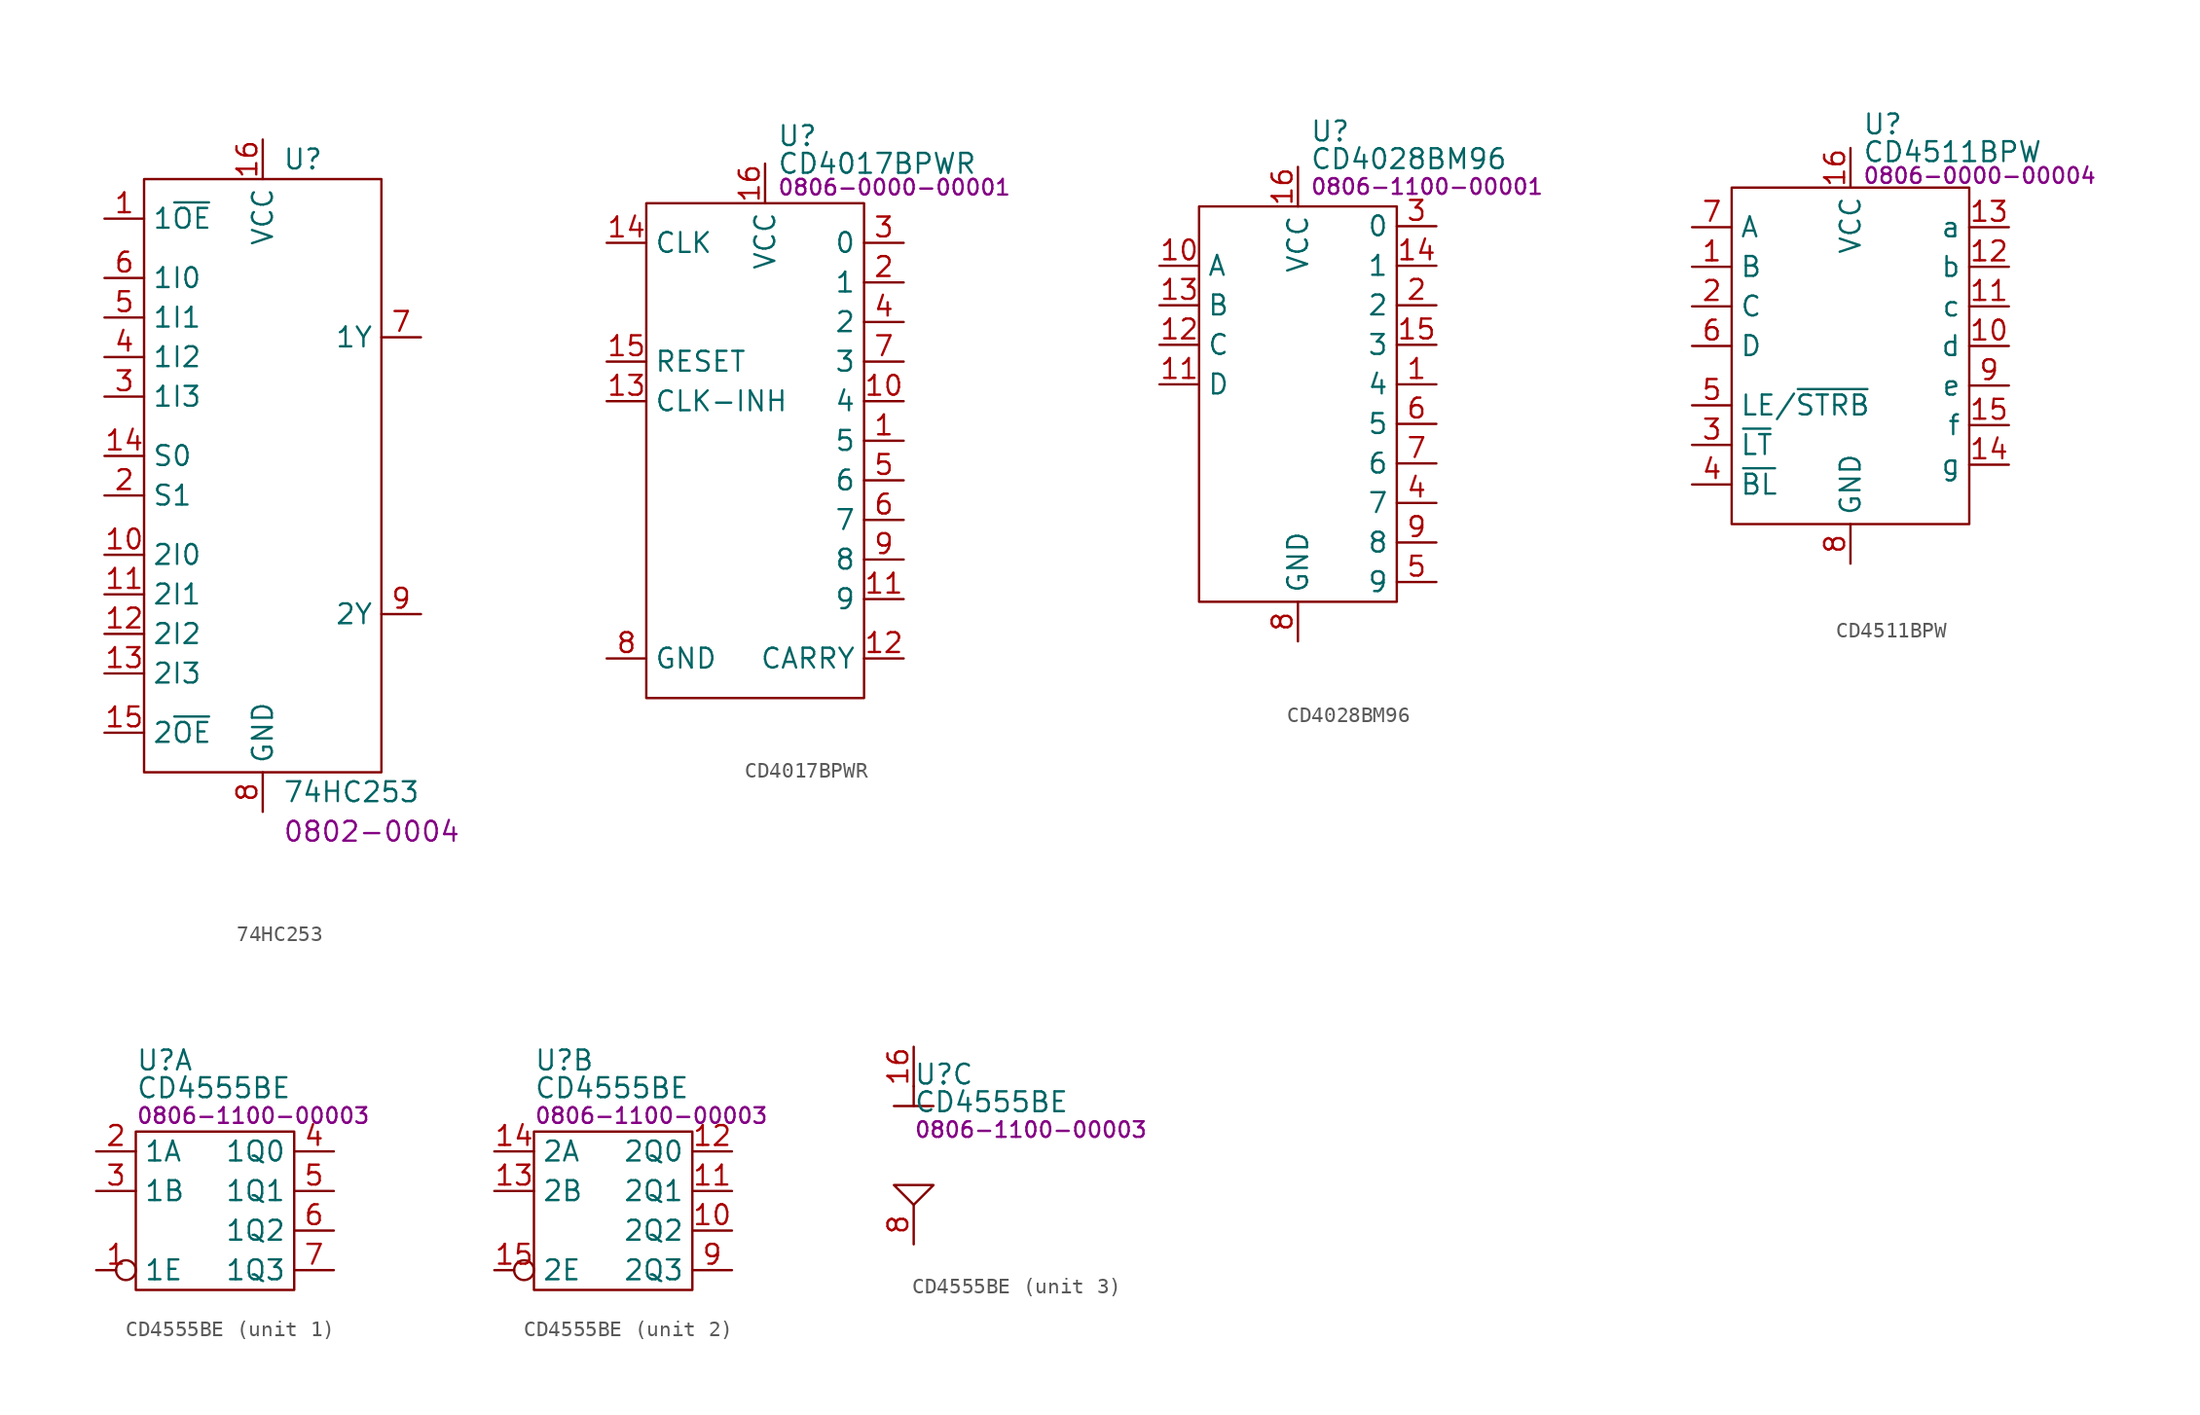
<source format=kicad_sym>
(kicad_symbol_lib
  (version 20231120)
  (generator "kicad_symbol_editor")
  (generator_version "8.0")
  (symbol "74HC253"
    (property "Reference" "U"
      (at 8.89 1.27 0)
      (effects (font (size 1.27 1.27)) (justify left)))
    (property "Value" "74HC253"
      (at 8.89 -39.37 0)
      (effects (font (size 1.27 1.27)) (justify left)))
    (property "PartNumber" "0802-0004"
      (at 8.89 -41.91 0)
      (effects (font (size 1.27 1.27)) (justify left)))
    (symbol "74HC253_0_0"
      (pin input line (at -2.54 -2.54 0) (length 2.54) (name "1~{OE}" (effects (font (size 1.27 1.27)))) (number "1" (effects (font (size 1.27 1.27)))))
      (pin input line (at -2.54 -24.13 0) (length 2.54) (name "2I0" (effects (font (size 1.27 1.27)))) (number "10" (effects (font (size 1.27 1.27)))))
      (pin input line (at -2.54 -26.67 0) (length 2.54) (name "2I1" (effects (font (size 1.27 1.27)))) (number "11" (effects (font (size 1.27 1.27)))))
      (pin input line (at -2.54 -29.21 0) (length 2.54) (name "2I2" (effects (font (size 1.27 1.27)))) (number "12" (effects (font (size 1.27 1.27)))))
      (pin input line (at -2.54 -31.75 0) (length 2.54) (name "2I3" (effects (font (size 1.27 1.27)))) (number "13" (effects (font (size 1.27 1.27)))))
      (pin input line (at -2.54 -17.78 0) (length 2.54) (name "S0" (effects (font (size 1.27 1.27)))) (number "14" (effects (font (size 1.27 1.27)))))
      (pin input line (at -2.54 -35.56 0) (length 2.54) (name "2~{OE}" (effects (font (size 1.27 1.27)))) (number "15" (effects (font (size 1.27 1.27)))))
      (pin power_in line (at 7.62 2.54 270) (length 2.54) (name "VCC" (effects (font (size 1.27 1.27)))) (number "16" (effects (font (size 1.27 1.27)))))
      (pin input line (at -2.54 -20.32 0) (length 2.54) (name "S1" (effects (font (size 1.27 1.27)))) (number "2" (effects (font (size 1.27 1.27)))))
      (pin input line (at -2.54 -13.97 0) (length 2.54) (name "1I3" (effects (font (size 1.27 1.27)))) (number "3" (effects (font (size 1.27 1.27)))))
      (pin input line (at -2.54 -11.43 0) (length 2.54) (name "1I2" (effects (font (size 1.27 1.27)))) (number "4" (effects (font (size 1.27 1.27)))))
      (pin input line (at -2.54 -8.89 0) (length 2.54) (name "1I1" (effects (font (size 1.27 1.27)))) (number "5" (effects (font (size 1.27 1.27)))))
      (pin input line (at -2.54 -6.35 0) (length 2.54) (name "1I0" (effects (font (size 1.27 1.27)))) (number "6" (effects (font (size 1.27 1.27)))))
      (pin output line (at 17.78 -10.16 180) (length 2.54) (name "1Y" (effects (font (size 1.27 1.27)))) (number "7" (effects (font (size 1.27 1.27)))))
      (pin power_in line (at 7.62 -40.64 90) (length 2.54) (name "GND" (effects (font (size 1.27 1.27)))) (number "8" (effects (font (size 1.27 1.27)))))
      (pin output line (at 17.78 -27.94 180) (length 2.54) (name "2Y" (effects (font (size 1.27 1.27)))) (number "9" (effects (font (size 1.27 1.27))))))
    (symbol "74HC253_0_1"
      (rectangle (start 0 0) (end 15.24 -38.1) (stroke (width 0) (type default)) (fill (type none)))))
  (symbol "CD4017BPWR"
    (property "Reference" "U"
      (at 8.382 4.318 0)
      (effects (font (size 1.27 1.27)) (justify left)))
    (property "Value" "CD4017BPWR"
      (at 8.382 2.54 0)
      (effects (font (size 1.27 1.27)) (justify left)))
    (property "PartNumber" "0806-0000-00001"
      (at 8.382 1.016 0)
      (effects (font (size 1 1)) (justify left)))
    (symbol "CD4017BPWR_0_0"
      (pin output line (at 16.51 -15.24 180) (length 2.54) (name "5" (effects (font (size 1.27 1.27)))) (number "1" (effects (font (size 1.27 1.27)))))
      (pin output line (at 16.51 -12.7 180) (length 2.54) (name "4" (effects (font (size 1.27 1.27)))) (number "10" (effects (font (size 1.27 1.27)))))
      (pin output line (at 16.51 -25.4 180) (length 2.54) (name "9" (effects (font (size 1.27 1.27)))) (number "11" (effects (font (size 1.27 1.27)))))
      (pin output line (at 16.51 -29.21 180) (length 2.54) (name "CARRY" (effects (font (size 1.27 1.27)))) (number "12" (effects (font (size 1.27 1.27)))))
      (pin input line (at -2.54 -12.7 0) (length 2.54) (name "CLK-INH" (effects (font (size 1.27 1.27)))) (number "13" (effects (font (size 1.27 1.27)))))
      (pin input line (at -2.54 -2.54 0) (length 2.54) (name "CLK" (effects (font (size 1.27 1.27)))) (number "14" (effects (font (size 1.27 1.27)))))
      (pin input line (at -2.54 -10.16 0) (length 2.54) (name "RESET" (effects (font (size 1.27 1.27)))) (number "15" (effects (font (size 1.27 1.27)))))
      (pin power_in line (at 7.62 2.54 270) (length 2.54) (name "VCC" (effects (font (size 1.27 1.27)))) (number "16" (effects (font (size 1.27 1.27)))))
      (pin output line (at 16.51 -5.08 180) (length 2.54) (name "1" (effects (font (size 1.27 1.27)))) (number "2" (effects (font (size 1.27 1.27)))))
      (pin output line (at 16.51 -2.54 180) (length 2.54) (name "0" (effects (font (size 1.27 1.27)))) (number "3" (effects (font (size 1.27 1.27)))))
      (pin output line (at 16.51 -7.62 180) (length 2.54) (name "2" (effects (font (size 1.27 1.27)))) (number "4" (effects (font (size 1.27 1.27)))))
      (pin output line (at 16.51 -17.78 180) (length 2.54) (name "6" (effects (font (size 1.27 1.27)))) (number "5" (effects (font (size 1.27 1.27)))))
      (pin output line (at 16.51 -20.32 180) (length 2.54) (name "7" (effects (font (size 1.27 1.27)))) (number "6" (effects (font (size 1.27 1.27)))))
      (pin output line (at 16.51 -10.16 180) (length 2.54) (name "3" (effects (font (size 1.27 1.27)))) (number "7" (effects (font (size 1.27 1.27)))))
      (pin power_in line (at -2.54 -29.21 0) (length 2.54) (name "GND" (effects (font (size 1.27 1.27)))) (number "8" (effects (font (size 1.27 1.27)))))
      (pin output line (at 16.51 -22.86 180) (length 2.54) (name "8" (effects (font (size 1.27 1.27)))) (number "9" (effects (font (size 1.27 1.27))))))
    (symbol "CD4017BPWR_0_1"
      (rectangle (start 0 0) (end 13.97 -31.75) (stroke (width 0) (type default)) (fill (type none)))))
  (symbol "CD4028BM96"
    (property "Reference" "U"
      (at 7.112 4.826 0)
      (effects (font (size 1.27 1.27)) (justify left)))
    (property "Value" "CD4028BM96"
      (at 7.112 3.048 0)
      (effects (font (size 1.27 1.27)) (justify left)))
    (property "PartNumber" "0806-1100-00001"
      (at 7.112 1.27 0)
      (effects (font (size 1 1)) (justify left)))
    (symbol "CD4028BM96_0_0"
      (rectangle (start 0 0) (end 12.7 -25.4) (stroke (width 0) (type default)) (fill (type none)))
      (pin output line (at 15.24 -11.43 180) (length 2.54) (name "4" (effects (font (size 1.27 1.27)))) (number "1" (effects (font (size 1.27 1.27)))))
      (pin input line (at -2.54 -3.81 0) (length 2.54) (name "A" (effects (font (size 1.27 1.27)))) (number "10" (effects (font (size 1.27 1.27)))))
      (pin input line (at -2.54 -11.43 0) (length 2.54) (name "D" (effects (font (size 1.27 1.27)))) (number "11" (effects (font (size 1.27 1.27)))))
      (pin input line (at -2.54 -8.89 0) (length 2.54) (name "C" (effects (font (size 1.27 1.27)))) (number "12" (effects (font (size 1.27 1.27)))))
      (pin input line (at -2.54 -6.35 0) (length 2.54) (name "B" (effects (font (size 1.27 1.27)))) (number "13" (effects (font (size 1.27 1.27)))))
      (pin passive line (at 15.24 -3.81 180) (length 2.54) (name "1" (effects (font (size 1.27 1.27)))) (number "14" (effects (font (size 1.27 1.27)))))
      (pin passive line (at 15.24 -8.89 180) (length 2.54) (name "3" (effects (font (size 1.27 1.27)))) (number "15" (effects (font (size 1.27 1.27)))))
      (pin power_in line (at 6.35 2.54 270) (length 2.54) (name "VCC" (effects (font (size 1.27 1.27)))) (number "16" (effects (font (size 1.27 1.27)))))
      (pin output line (at 15.24 -6.35 180) (length 2.54) (name "2" (effects (font (size 1.27 1.27)))) (number "2" (effects (font (size 1.27 1.27)))))
      (pin output line (at 15.24 -1.27 180) (length 2.54) (name "0" (effects (font (size 1.27 1.27)))) (number "3" (effects (font (size 1.27 1.27)))))
      (pin output line (at 15.24 -19.05 180) (length 2.54) (name "7" (effects (font (size 1.27 1.27)))) (number "4" (effects (font (size 1.27 1.27)))))
      (pin output line (at 15.24 -24.13 180) (length 2.54) (name "9" (effects (font (size 1.27 1.27)))) (number "5" (effects (font (size 1.27 1.27)))))
      (pin output line (at 15.24 -13.97 180) (length 2.54) (name "5" (effects (font (size 1.27 1.27)))) (number "6" (effects (font (size 1.27 1.27)))))
      (pin output line (at 15.24 -16.51 180) (length 2.54) (name "6" (effects (font (size 1.27 1.27)))) (number "7" (effects (font (size 1.27 1.27)))))
      (pin power_in line (at 6.35 -27.94 90) (length 2.54) (name "GND" (effects (font (size 1.27 1.27)))) (number "8" (effects (font (size 1.27 1.27)))))
      (pin output line (at 15.24 -21.59 180) (length 2.54) (name "8" (effects (font (size 1.27 1.27)))) (number "9" (effects (font (size 1.27 1.27)))))))
  (symbol "CD4511BPW"
    (property "Reference" "U"
      (at 8.382 4.064 0)
      (effects (font (size 1.27 1.27)) (justify left)))
    (property "Value" "CD4511BPW"
      (at 8.382 2.286 0)
      (effects (font (size 1.27 1.27)) (justify left)))
    (property "PartNumber" "0806-0000-00004"
      (at 8.382 0.762 0)
      (effects (font (size 1 1)) (justify left)))
    (symbol "CD4511BPW_0_0"
      (pin unspecified line (at -2.54 -5.08 0) (length 2.54) (name "B" (effects (font (size 1.27 1.27)))) (number "1" (effects (font (size 1.27 1.27)))))
      (pin unspecified line (at 17.78 -10.16 180) (length 2.54) (name "d" (effects (font (size 1.27 1.27)))) (number "10" (effects (font (size 1.27 1.27)))))
      (pin unspecified line (at 17.78 -7.62 180) (length 2.54) (name "c" (effects (font (size 1.27 1.27)))) (number "11" (effects (font (size 1.27 1.27)))))
      (pin unspecified line (at 17.78 -5.08 180) (length 2.54) (name "b" (effects (font (size 1.27 1.27)))) (number "12" (effects (font (size 1.27 1.27)))))
      (pin unspecified line (at 17.78 -2.54 180) (length 2.54) (name "a" (effects (font (size 1.27 1.27)))) (number "13" (effects (font (size 1.27 1.27)))))
      (pin unspecified line (at 17.78 -17.78 180) (length 2.54) (name "g" (effects (font (size 1.27 1.27)))) (number "14" (effects (font (size 1.27 1.27)))))
      (pin unspecified line (at 17.78 -15.24 180) (length 2.54) (name "f" (effects (font (size 1.27 1.27)))) (number "15" (effects (font (size 1.27 1.27)))))
      (pin unspecified line (at 7.62 2.54 270) (length 2.54) (name "VCC" (effects (font (size 1.27 1.27)))) (number "16" (effects (font (size 1.27 1.27)))))
      (pin unspecified line (at -2.54 -7.62 0) (length 2.54) (name "C" (effects (font (size 1.27 1.27)))) (number "2" (effects (font (size 1.27 1.27)))))
      (pin unspecified line (at -2.54 -16.51 0) (length 2.54) (name "~{LT}" (effects (font (size 1.27 1.27)))) (number "3" (effects (font (size 1.27 1.27)))))
      (pin unspecified line (at -2.54 -19.05 0) (length 2.54) (name "~{BL}" (effects (font (size 1.27 1.27)))) (number "4" (effects (font (size 1.27 1.27)))))
      (pin unspecified line (at -2.54 -13.97 0) (length 2.54) (name "LE/~{STRB}" (effects (font (size 1.27 1.27)))) (number "5" (effects (font (size 1.27 1.27)))))
      (pin unspecified line (at -2.54 -10.16 0) (length 2.54) (name "D" (effects (font (size 1.27 1.27)))) (number "6" (effects (font (size 1.27 1.27)))))
      (pin unspecified line (at -2.54 -2.54 0) (length 2.54) (name "A" (effects (font (size 1.27 1.27)))) (number "7" (effects (font (size 1.27 1.27)))))
      (pin unspecified line (at 7.62 -24.13 90) (length 2.54) (name "GND" (effects (font (size 1.27 1.27)))) (number "8" (effects (font (size 1.27 1.27)))))
      (pin unspecified line (at 17.78 -12.7 180) (length 2.54) (name "e" (effects (font (size 1.27 1.27)))) (number "9" (effects (font (size 1.27 1.27))))))
    (symbol "CD4511BPW_0_1"
      (rectangle (start 0 0) (end 15.24 -21.59) (stroke (width 0) (type default)) (fill (type none)))))
  (symbol "CD4555BE"
    (property "Reference" "U"
      (at 0 4.572 0)
      (effects (font (size 1.27 1.27)) (justify left)))
    (property "Value" "CD4555BE"
      (at 0 2.794 0)
      (effects (font (size 1.27 1.27)) (justify left)))
    (property "PartNumber" "0806-1100-00003"
      (at 0 1.016 0)
      (effects (font (size 1 1)) (justify left)))
    (property "ki_locked" ""
      (at 0 0 0)
      (effects (font (size 1.27 1.27))))
    (symbol "CD4555BE_1_0"
      (rectangle (start 0 0) (end 10.16 -10.16) (stroke (width 0) (type default)) (fill (type none)))
      (pin input inverted (at -2.54 -8.89 0) (length 2.54) (name "1E" (effects (font (size 1.27 1.27)))) (number "1" (effects (font (size 1.27 1.27)))))
      (pin input line (at -2.54 -1.27 0) (length 2.54) (name "1A" (effects (font (size 1.27 1.27)))) (number "2" (effects (font (size 1.27 1.27)))))
      (pin input line (at -2.54 -3.81 0) (length 2.54) (name "1B" (effects (font (size 1.27 1.27)))) (number "3" (effects (font (size 1.27 1.27)))))
      (pin output line (at 12.7 -1.27 180) (length 2.54) (name "1Q0" (effects (font (size 1.27 1.27)))) (number "4" (effects (font (size 1.27 1.27)))))
      (pin output line (at 12.7 -3.81 180) (length 2.54) (name "1Q1" (effects (font (size 1.27 1.27)))) (number "5" (effects (font (size 1.27 1.27)))))
      (pin output line (at 12.7 -6.35 180) (length 2.54) (name "1Q2" (effects (font (size 1.27 1.27)))) (number "6" (effects (font (size 1.27 1.27)))))
      (pin output line (at 12.7 -8.89 180) (length 2.54) (name "1Q3" (effects (font (size 1.27 1.27)))) (number "7" (effects (font (size 1.27 1.27))))))
    (symbol "CD4555BE_2_0"
      (rectangle (start 0 0) (end 10.16 -10.16) (stroke (width 0) (type default)) (fill (type none)))
      (pin output line (at 12.7 -6.35 180) (length 2.54) (name "2Q2" (effects (font (size 1.27 1.27)))) (number "10" (effects (font (size 1.27 1.27)))))
      (pin output line (at 12.7 -3.81 180) (length 2.54) (name "2Q1" (effects (font (size 1.27 1.27)))) (number "11" (effects (font (size 1.27 1.27)))))
      (pin output line (at 12.7 -1.27 180) (length 2.54) (name "2Q0" (effects (font (size 1.27 1.27)))) (number "12" (effects (font (size 1.27 1.27)))))
      (pin input line (at -2.54 -3.81 0) (length 2.54) (name "2B" (effects (font (size 1.27 1.27)))) (number "13" (effects (font (size 1.27 1.27)))))
      (pin input line (at -2.54 -1.27 0) (length 2.54) (name "2A" (effects (font (size 1.27 1.27)))) (number "14" (effects (font (size 1.27 1.27)))))
      (pin input inverted (at -2.54 -8.89 0) (length 2.54) (name "2E" (effects (font (size 1.27 1.27)))) (number "15" (effects (font (size 1.27 1.27)))))
      (pin output line (at 12.7 -8.89 180) (length 2.54) (name "2Q3" (effects (font (size 1.27 1.27)))) (number "9" (effects (font (size 1.27 1.27))))))
    (symbol "CD4555BE_3_0"
      (polyline (pts (xy -1.27 2.54) (xy 1.27 2.54)) (stroke (width 0) (type default)) (fill (type none)))
      (polyline (pts (xy 0 3.81) (xy 0 2.54)) (stroke (width 0) (type default)) (fill (type none)))
      (polyline (pts (xy 0 -3.81) (xy -1.27 -2.54) (xy 1.27 -2.54) (xy 0 -3.81)) (stroke (width 0) (type default)) (fill (type none)))
      (pin power_in line (at 0 6.35 270) (length 2.54) (name "~" (effects (font (size 1.27 1.27)))) (number "16" (effects (font (size 1.27 1.27)))))
      (pin power_in line (at 0 -6.35 90) (length 2.54) (name "~" (effects (font (size 1.27 1.27)))) (number "8" (effects (font (size 1.27 1.27))))))))
</source>
